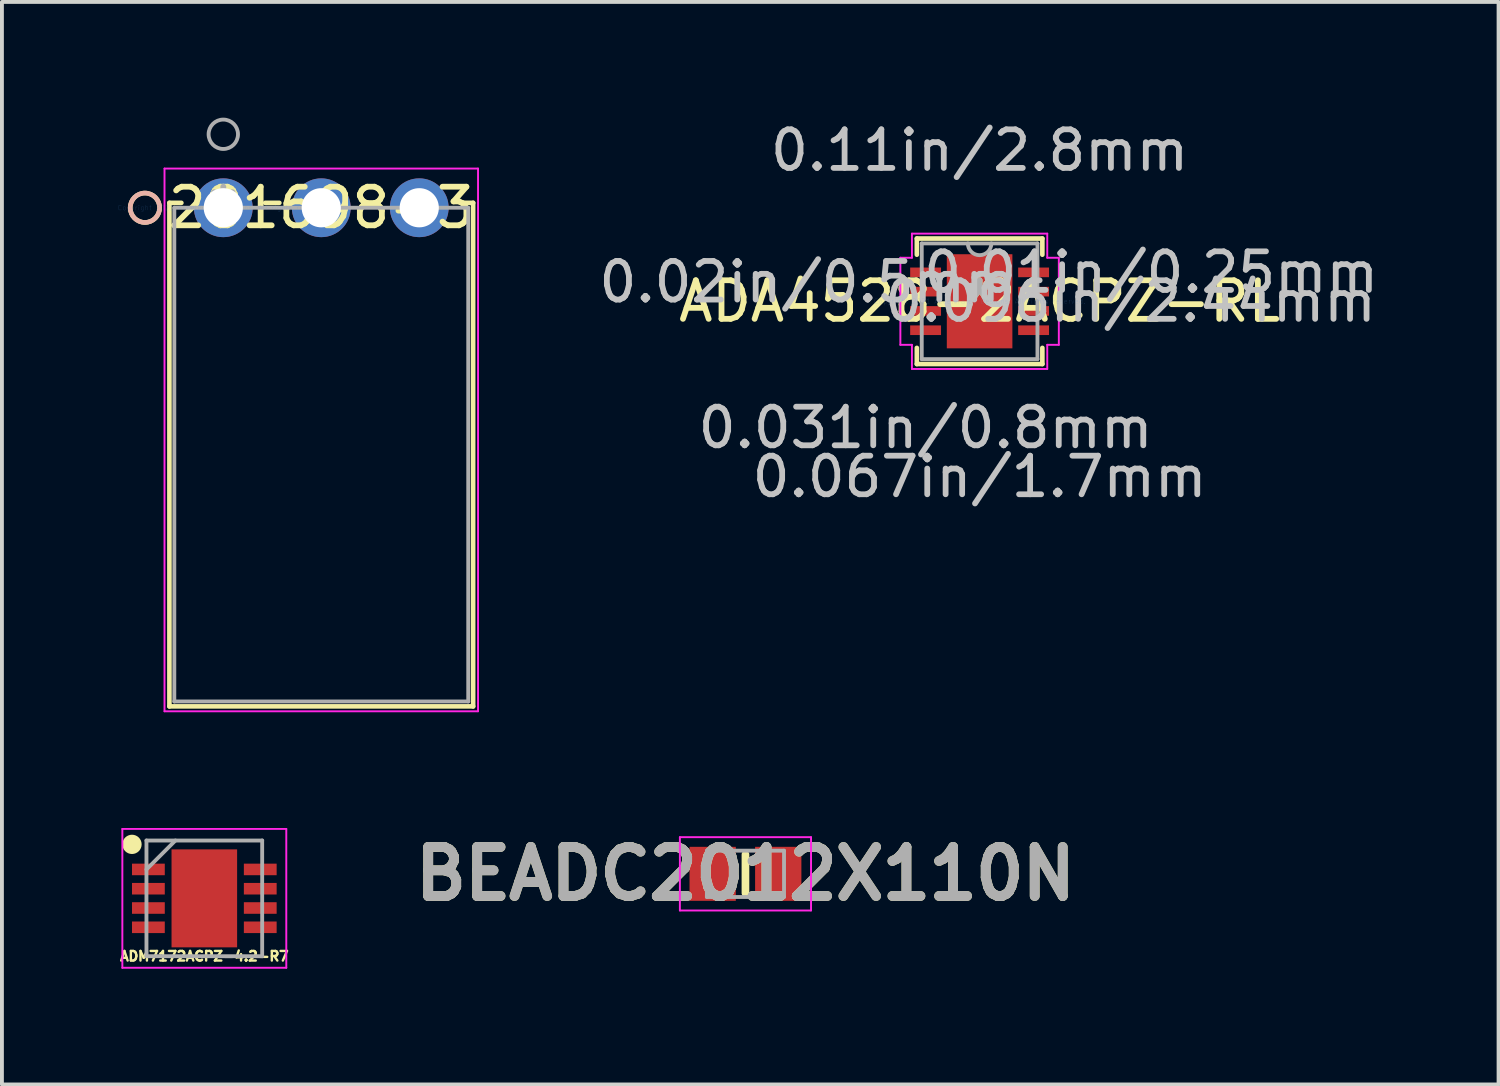
<source format=kicad_pcb>
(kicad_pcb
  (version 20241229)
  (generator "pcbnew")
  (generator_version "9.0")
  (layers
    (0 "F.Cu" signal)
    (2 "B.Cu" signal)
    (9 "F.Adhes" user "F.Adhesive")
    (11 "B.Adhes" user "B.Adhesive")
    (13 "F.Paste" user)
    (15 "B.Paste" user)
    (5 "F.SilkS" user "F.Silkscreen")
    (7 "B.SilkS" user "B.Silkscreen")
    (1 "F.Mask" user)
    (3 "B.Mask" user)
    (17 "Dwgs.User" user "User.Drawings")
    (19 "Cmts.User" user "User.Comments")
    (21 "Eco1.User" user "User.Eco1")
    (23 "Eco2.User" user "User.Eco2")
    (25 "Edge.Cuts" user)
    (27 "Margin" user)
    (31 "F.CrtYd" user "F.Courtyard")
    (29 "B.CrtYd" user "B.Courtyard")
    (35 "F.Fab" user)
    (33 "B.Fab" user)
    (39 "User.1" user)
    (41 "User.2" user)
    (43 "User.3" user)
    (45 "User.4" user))
  (footprint "BEADC2012X110N"
    (layer "F.Cu")
    (at 16.276 19.604)
    (property "Reference" "BEADC2012X110N" (at 0 0 0) (layer "F.SilkS") (effects (font (size 1.27 1.27) (thickness 0.254))))
    (attr smd)
    (fp_line (start 0 -0.5) (end 0 0.5) (stroke (width 0.2) (type solid)) (layer "F.SilkS"))
    (fp_line (start -1.7 -0.95) (end 1.7 -0.95) (stroke (width 0.05) (type solid)) (layer "F.CrtYd"))
    (fp_line (start -1.7 0.95) (end -1.7 -0.95) (stroke (width 0.05) (type solid)) (layer "F.CrtYd"))
    (fp_line (start 1.7 -0.95) (end 1.7 0.95) (stroke (width 0.05) (type solid)) (layer "F.CrtYd"))
    (fp_line (start 1.7 0.95) (end -1.7 0.95) (stroke (width 0.05) (type solid)) (layer "F.CrtYd"))
    (fp_line (start -1 -0.6) (end 1 -0.6) (stroke (width 0.1) (type solid)) (layer "F.Fab"))
    (fp_line (start -1 0.6) (end -1 -0.6) (stroke (width 0.1) (type solid)) (layer "F.Fab"))
    (fp_line (start 1 -0.6) (end 1 0.6) (stroke (width 0.1) (type solid)) (layer "F.Fab"))
    (fp_line (start 1 0.6) (end -1 0.6) (stroke (width 0.1) (type solid)) (layer "F.Fab"))
    (fp_text user "${REFERENCE}" (at 0 0 0) (layer "F.Fab") (effects (font (size 1.27 1.27) (thickness 0.254))))
    (pad "1" smd rect (at -0.85 0) (size 1.2 1.4) (layers "F.Cu" "F.Mask" "F.Paste"))
    (pad "2" smd rect (at 0.85 0) (size 1.2 1.4) (layers "F.Cu" "F.Mask" "F.Paste")))
  (footprint "ADA4528-2ACPZ-RL"
    (layer "F.Cu")
    (at 22.346 4.761)
    (property "Reference" "ADA4528-2ACPZ-RL" (at 0 0 0) (layer "F.SilkS") (effects (font (size 1 1) (thickness 0.15))))
    (attr through_hole)
    (fp_line (start -1.627 -1.627) (end -1.627 -1.208) (stroke (width 0.12) (type solid)) (layer "F.SilkS"))
    (fp_line (start -1.627 1.208) (end -1.627 1.627) (stroke (width 0.12) (type solid)) (layer "F.SilkS"))
    (fp_line (start -1.627 1.627) (end 1.627 1.627) (stroke (width 0.12) (type solid)) (layer "F.SilkS"))
    (fp_line (start 1.627 -1.627) (end -1.627 -1.627) (stroke (width 0.12) (type solid)) (layer "F.SilkS"))
    (fp_line (start 1.627 -1.208) (end 1.627 -1.627) (stroke (width 0.12) (type solid)) (layer "F.SilkS"))
    (fp_line (start 1.627 1.627) (end 1.627 1.208) (stroke (width 0.12) (type solid)) (layer "F.SilkS"))
    (fp_line (start -2.054 -1.129) (end -1.754 -1.129) (stroke (width 0.05) (type solid)) (layer "F.CrtYd"))
    (fp_line (start -2.054 1.129) (end -2.054 -1.129) (stroke (width 0.05) (type solid)) (layer "F.CrtYd"))
    (fp_line (start -1.754 -1.754) (end 1.754 -1.754) (stroke (width 0.05) (type solid)) (layer "F.CrtYd"))
    (fp_line (start -1.754 -1.129) (end -1.754 -1.754) (stroke (width 0.05) (type solid)) (layer "F.CrtYd"))
    (fp_line (start -1.754 1.129) (end -2.054 1.129) (stroke (width 0.05) (type solid)) (layer "F.CrtYd"))
    (fp_line (start -1.754 1.754) (end -1.754 1.129) (stroke (width 0.05) (type solid)) (layer "F.CrtYd"))
    (fp_line (start 1.754 -1.754) (end 1.754 -1.129) (stroke (width 0.05) (type solid)) (layer "F.CrtYd"))
    (fp_line (start 1.754 -1.129) (end 2.054 -1.129) (stroke (width 0.05) (type solid)) (layer "F.CrtYd"))
    (fp_line (start 1.754 1.129) (end 1.754 1.754) (stroke (width 0.05) (type solid)) (layer "F.CrtYd"))
    (fp_line (start 1.754 1.754) (end -1.754 1.754) (stroke (width 0.05) (type solid)) (layer "F.CrtYd"))
    (fp_line (start 2.054 -1.129) (end 2.054 1.129) (stroke (width 0.05) (type solid)) (layer "F.CrtYd"))
    (fp_line (start 2.054 1.129) (end 1.754 1.129) (stroke (width 0.05) (type solid)) (layer "F.CrtYd"))
    (fp_line (start -1.5 -1.5) (end -1.5 1.5) (stroke (width 0.1) (type solid)) (layer "F.Fab"))
    (fp_line (start -1.5 1.5) (end 1.5 1.5) (stroke (width 0.1) (type solid)) (layer "F.Fab"))
    (fp_line (start 1.5 -1.5) (end -1.5 -1.5) (stroke (width 0.1) (type solid)) (layer "F.Fab"))
    (fp_line (start 1.5 1.5) (end 1.5 -1.5) (stroke (width 0.1) (type solid)) (layer "F.Fab"))
    (fp_arc (start 0.3048 -1.5) (mid 0 -1.1952) (end -0.3048 -1.5) (stroke (width 0.1) (type solid)) (layer "F.Fab"))
    (fp_text user "*" (at 0 0 0) (layer "F.SilkS") (effects (font (size 1 1) (thickness 0.15))))
    (fp_text user "0.01in/0.25mm" (at 4.448 -0.75 0) (layer "Dwgs.User") (effects (font (size 1 1) (thickness 0.15))))
    (fp_text user "0.031in/0.8mm" (at -1.4 3.278 0) (layer "Dwgs.User") (effects (font (size 1 1) (thickness 0.15))))
    (fp_text user "0.067in/1.7mm" (at 0 4.548 0) (layer "Dwgs.User") (effects (font (size 1 1) (thickness 0.15))))
    (fp_text user "0.096in/2.44mm" (at 3.913 0 0) (layer "Dwgs.User") (effects (font (size 1 1) (thickness 0.15))))
    (fp_text user "0.02in/0.5mm" (at -4.448 -0.5 0) (layer "Dwgs.User") (effects (font (size 1 1) (thickness 0.15))))
    (fp_text user "0.11in/2.8mm" (at 0 -3.913 0) (layer "Dwgs.User") (effects (font (size 1 1) (thickness 0.15))))
    (fp_text user "Copyright 2021 Accelerated Designs. All rights reserved." (at 0 0 0) (layer "Cmts.User") (effects (font (size 0.127 0.127) (thickness 0.002))))
    (fp_text user "*" (at 0 0 0) (layer "F.Fab") (effects (font (size 1 1) (thickness 0.15))))
    (pad "1" smd rect (at -1.4 -0.75) (size 0.8 0.25) (layers "F.Cu" "F.Mask" "F.Paste"))
    (pad "2" smd rect (at -1.4 -0.25) (size 0.8 0.25) (layers "F.Cu" "F.Mask" "F.Paste"))
    (pad "3" smd rect (at -1.4 0.25) (size 0.8 0.25) (layers "F.Cu" "F.Mask" "F.Paste"))
    (pad "4" smd rect (at -1.4 0.75) (size 0.8 0.25) (layers "F.Cu" "F.Mask" "F.Paste"))
    (pad "5" smd rect (at 1.4 0.75) (size 0.8 0.25) (layers "F.Cu" "F.Mask" "F.Paste"))
    (pad "6" smd rect (at 1.4 0.25) (size 0.8 0.25) (layers "F.Cu" "F.Mask" "F.Paste"))
    (pad "7" smd rect (at 1.4 -0.25) (size 0.8 0.25) (layers "F.Cu" "F.Mask" "F.Paste"))
    (pad "8" smd rect (at 1.4 -0.75) (size 0.8 0.25) (layers "F.Cu" "F.Mask" "F.Paste"))
    (pad "9" smd rect (at 0 0) (size 1.7 2.44) (layers "F.Cu" "F.Mask" "F.Paste")))
  (footprint "281698-3"
    (layer "F.Cu")
    (at 2.739 2.336)
    (property "Reference" "281698-3" (at 2.54 0 0) (layer "F.SilkS") (effects (font (size 1 1) (thickness 0.15))))
    (attr through_hole)
    (fp_line (start -1.397 -0.127) (end -1.397 12.927) (stroke (width 0.12) (type solid)) (layer "F.SilkS"))
    (fp_line (start -1.397 12.927) (end 6.477 12.927) (stroke (width 0.12) (type solid)) (layer "F.SilkS"))
    (fp_line (start -1.087 -0.127) (end -1.397 -0.127) (stroke (width 0.12) (type solid)) (layer "F.SilkS"))
    (fp_line (start 1.453 -0.127) (end 1.087 -0.127) (stroke (width 0.12) (type solid)) (layer "F.SilkS"))
    (fp_line (start 3.993 -0.127) (end 3.627 -0.127) (stroke (width 0.12) (type solid)) (layer "F.SilkS"))
    (fp_line (start 6.477 -0.127) (end 6.167 -0.127) (stroke (width 0.12) (type solid)) (layer "F.SilkS"))
    (fp_line (start 6.477 12.927) (end 6.477 -0.127) (stroke (width 0.12) (type solid)) (layer "F.SilkS"))
    (fp_circle (center -2.032 0) (end -1.651 0) (stroke (width 0.12) (type solid)) (fill no) (layer "F.SilkS"))
    (fp_circle (center -2.032 0) (end -1.651 0) (stroke (width 0.12) (type solid)) (fill no) (layer "B.SilkS"))
    (fp_line (start -1.524 -1.016) (end -1.524 13.054) (stroke (width 0.05) (type solid)) (layer "F.CrtYd"))
    (fp_line (start -1.524 13.054) (end 6.604 13.054) (stroke (width 0.05) (type solid)) (layer "F.CrtYd"))
    (fp_line (start 6.604 -1.016) (end -1.524 -1.016) (stroke (width 0.05) (type solid)) (layer "F.CrtYd"))
    (fp_line (start 6.604 13.054) (end 6.604 -1.016) (stroke (width 0.05) (type solid)) (layer "F.CrtYd"))
    (fp_line (start -1.27 0) (end -1.27 12.8) (stroke (width 0.1) (type solid)) (layer "F.Fab"))
    (fp_line (start -1.27 12.8) (end 6.35 12.8) (stroke (width 0.1) (type solid)) (layer "F.Fab"))
    (fp_line (start 6.35 0) (end -1.27 0) (stroke (width 0.1) (type solid)) (layer "F.Fab"))
    (fp_line (start 6.35 12.8) (end 6.35 0) (stroke (width 0.1) (type solid)) (layer "F.Fab"))
    (fp_circle (center 0 -1.905) (end 0.381 -1.905) (stroke (width 0.1) (type solid)) (fill no) (layer "F.Fab"))
    (fp_text user "*" (at 0 0 0) (layer "F.SilkS") (effects (font (size 1 1) (thickness 0.15))))
    (fp_text user "Copyright 2021 Accelerated Designs. All rights reserved." (at 0 0 0) (layer "Cmts.User") (effects (font (size 0.127 0.127) (thickness 0.002))))
    (fp_text user "*" (at 0 0 0) (layer "F.Fab") (effects (font (size 1 1) (thickness 0.15))))
    (pad "1" thru_hole circle (at 0 0) (size 1.524 1.524) (drill 1.016) (layers "*.Cu" "*.Mask"))
    (pad "2" thru_hole circle (at 2.54 0) (size 1.524 1.524) (drill 1.016) (layers "*.Cu" "*.Mask"))
    (pad "3" thru_hole circle (at 5.08 0) (size 1.524 1.524) (drill 1.016) (layers "*.Cu" "*.Mask")))
  (footprint "ADM7172ACPZ-4.2-R7"
    (layer "F.Cu")
    (at 2.247 20.24)
    (property "Reference" "ADM7172ACPZ-4.2-R7" (at 0 1.5 0) (layer "F.SilkS") (effects (font (size 0.25 0.25) (thickness 0.062))))
    (attr smd)
    (fp_circle (center -1.875 -1.4) (end -1.875 -1.275) (stroke (width 0.25) (type solid)) (fill no) (layer "F.SilkS"))
    (fp_line (start -2.125 -1.8) (end 2.125 -1.8) (stroke (width 0.05) (type solid)) (layer "F.CrtYd"))
    (fp_line (start -2.125 1.8) (end -2.125 -1.8) (stroke (width 0.05) (type solid)) (layer "F.CrtYd"))
    (fp_line (start 2.125 -1.8) (end 2.125 1.8) (stroke (width 0.05) (type solid)) (layer "F.CrtYd"))
    (fp_line (start 2.125 1.8) (end -2.125 1.8) (stroke (width 0.05) (type solid)) (layer "F.CrtYd"))
    (fp_line (start -1.5 -1.5) (end 1.5 -1.5) (stroke (width 0.1) (type solid)) (layer "F.Fab"))
    (fp_line (start -1.5 -0.75) (end -0.75 -1.5) (stroke (width 0.1) (type solid)) (layer "F.Fab"))
    (fp_line (start -1.5 1.5) (end -1.5 -1.5) (stroke (width 0.1) (type solid)) (layer "F.Fab"))
    (fp_line (start 1.5 -1.5) (end 1.5 1.5) (stroke (width 0.1) (type solid)) (layer "F.Fab"))
    (fp_line (start 1.5 1.5) (end -1.5 1.5) (stroke (width 0.1) (type solid)) (layer "F.Fab"))
    (pad "1" smd rect (at -1.45 -0.75 90) (size 0.3 0.85) (layers "F.Cu" "F.Mask" "F.Paste"))
    (pad "2" smd rect (at -1.45 -0.25 90) (size 0.3 0.85) (layers "F.Cu" "F.Mask" "F.Paste"))
    (pad "3" smd rect (at -1.45 0.25 90) (size 0.3 0.85) (layers "F.Cu" "F.Mask" "F.Paste"))
    (pad "4" smd rect (at -1.45 0.75 90) (size 0.3 0.85) (layers "F.Cu" "F.Mask" "F.Paste"))
    (pad "5" smd rect (at 1.45 0.75 90) (size 0.3 0.85) (layers "F.Cu" "F.Mask" "F.Paste"))
    (pad "6" smd rect (at 1.45 0.25 90) (size 0.3 0.85) (layers "F.Cu" "F.Mask" "F.Paste"))
    (pad "7" smd rect (at 1.45 -0.25 90) (size 0.3 0.85) (layers "F.Cu" "F.Mask" "F.Paste"))
    (pad "8" smd rect (at 1.45 -0.75 90) (size 0.3 0.85) (layers "F.Cu" "F.Mask" "F.Paste"))
    (pad "9" smd rect (at 0 0) (size 1.7 2.54) (layers "F.Cu" "F.Mask" "F.Paste")))
  (gr_rect
    (start -3 -3)
    (end 35.8 25.065)
    (stroke (width 0.1) (type default))
    (fill no)
    (layer "Edge.Cuts")))
</source>
